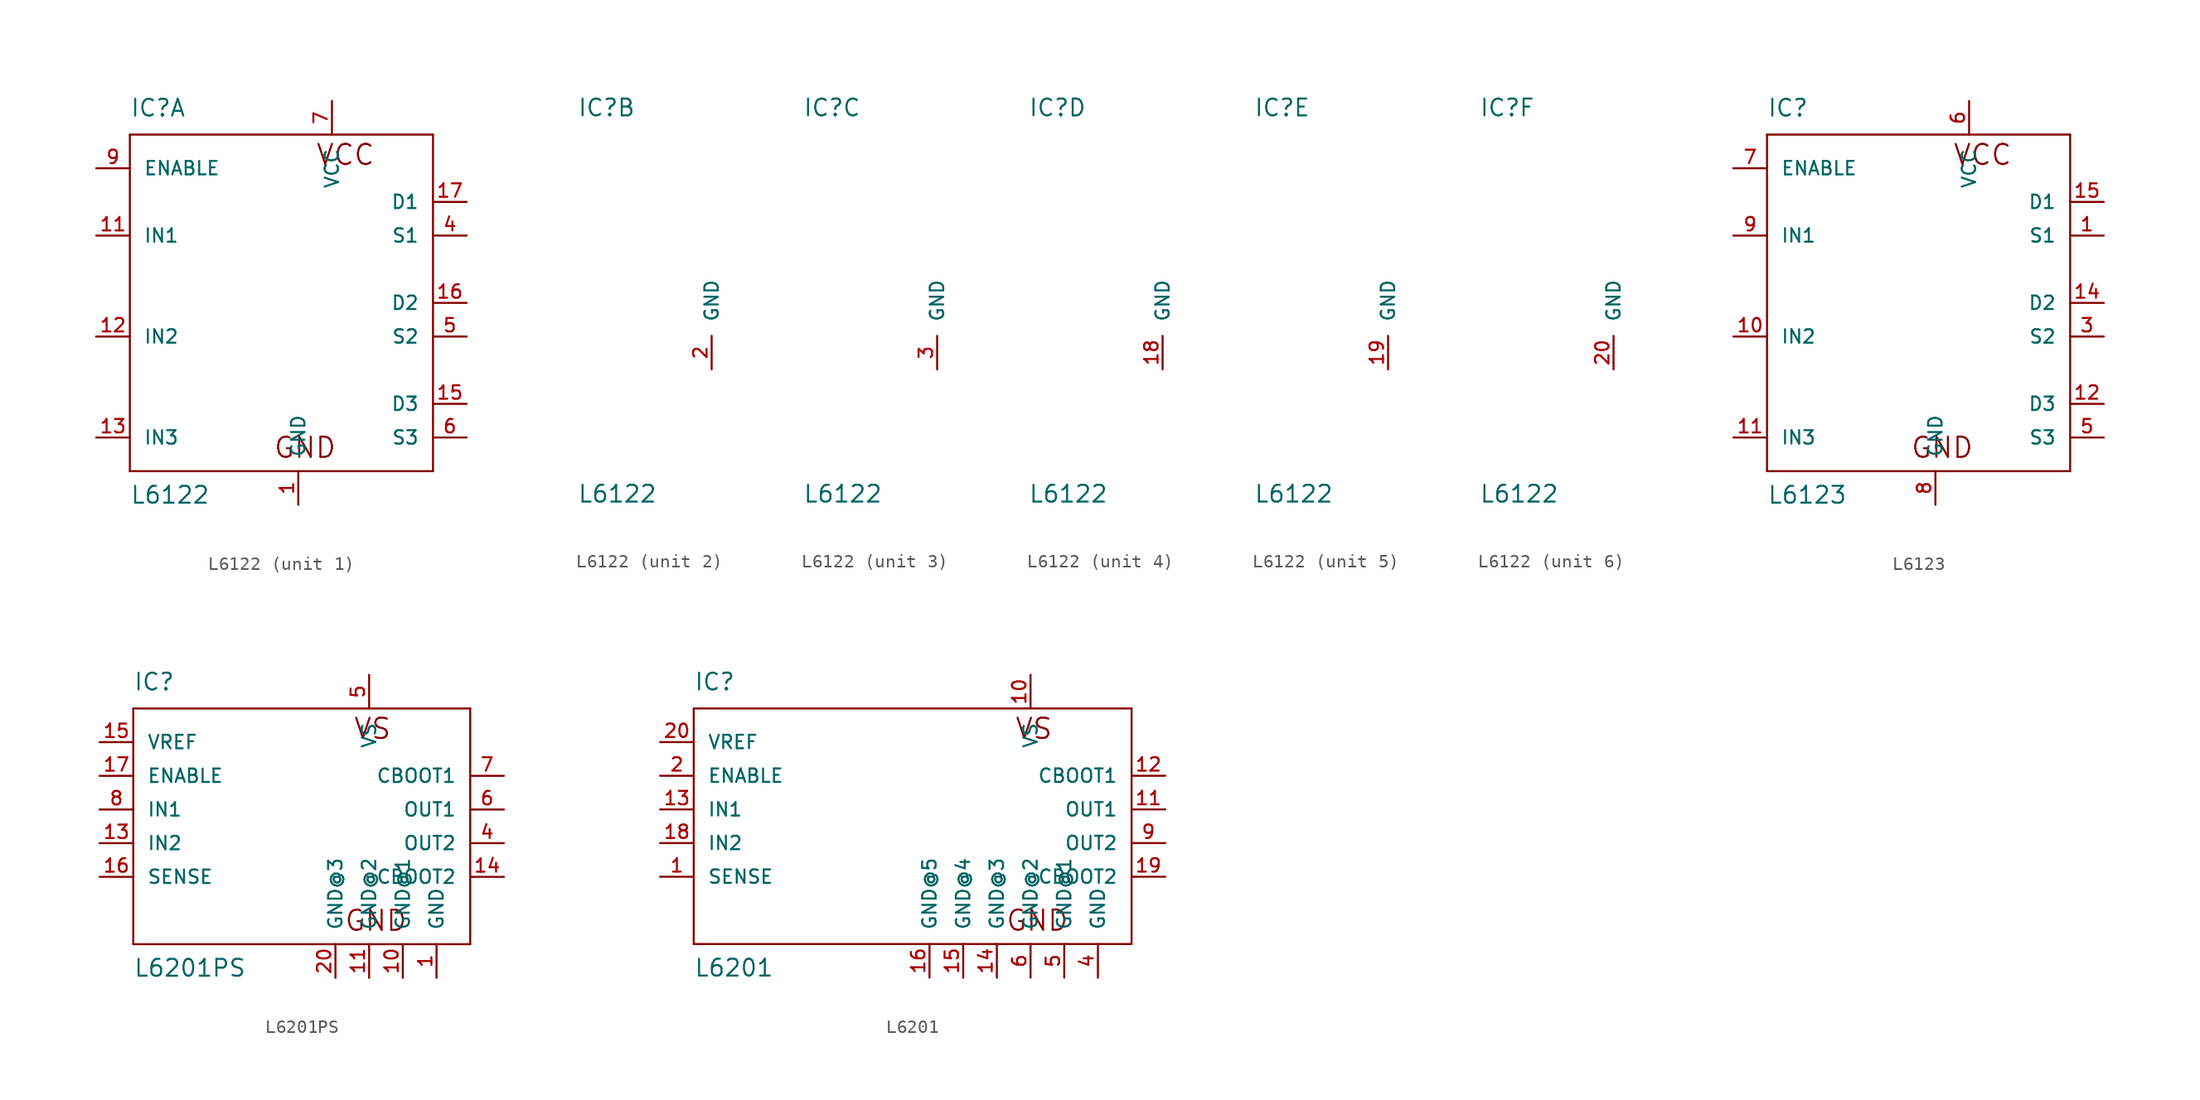
<source format=kicad_sym>
(kicad_symbol_lib
  (version 20211014)
  (generator kicad_symbol_editor)
  (symbol "L6122"
    (pin_names
      (offset 1.016))
    (property "Reference" "IC"
      (at -10.16 16.51 0)
      (effects (font (size 1.27 1.27)) (justify left bottom)))
    (property "Value" "L6122"
      (at -10.16 -12.7 0)
      (effects (font (size 1.27 1.27)) (justify left bottom)))
    (property "ki_locked" ""
      (at 0 0 0)
      (effects (font (size 1.27 1.27))))
    (symbol "L6122_1_0"
      (polyline (pts (xy -10.16 -10.16) (xy -10.16 15.24)) (stroke (width 0) (type default) (color 0 0 0 0)) (fill (type none)))
      (polyline (pts (xy -10.16 15.24) (xy 12.7 15.24)) (stroke (width 0) (type default) (color 0 0 0 0)) (fill (type none)))
      (polyline (pts (xy 12.7 -10.16) (xy -10.16 -10.16)) (stroke (width 0) (type default) (color 0 0 0 0)) (fill (type none)))
      (polyline (pts (xy 12.7 15.24) (xy 12.7 -10.16)) (stroke (width 0) (type default) (color 0 0 0 0)) (fill (type none)))
      (text "GND" (at 3.048 -8.382 0) (effects (font (size 1.524 1.524))))
      (text "VCC" (at 6.096 13.716 0) (effects (font (size 1.524 1.524)))))
    (symbol "L6122_1_1"
      (pin power_in line (at 2.54 -12.7 90) (length 2.54) (name "GND" (effects (font (size 1.016 1.016)))) (number "1" (effects (font (size 1.016 1.016)))))
      (pin input line (at -12.7 7.62 0) (length 2.54) (name "IN1" (effects (font (size 1.016 1.016)))) (number "11" (effects (font (size 1.016 1.016)))))
      (pin input line (at -12.7 0 0) (length 2.54) (name "IN2" (effects (font (size 1.016 1.016)))) (number "12" (effects (font (size 1.016 1.016)))))
      (pin input line (at -12.7 -7.62 0) (length 2.54) (name "IN3" (effects (font (size 1.016 1.016)))) (number "13" (effects (font (size 1.016 1.016)))))
      (pin passive line (at 15.24 -5.08 180) (length 2.54) (name "D3" (effects (font (size 1.016 1.016)))) (number "15" (effects (font (size 1.016 1.016)))))
      (pin passive line (at 15.24 2.54 180) (length 2.54) (name "D2" (effects (font (size 1.016 1.016)))) (number "16" (effects (font (size 1.016 1.016)))))
      (pin passive line (at 15.24 10.16 180) (length 2.54) (name "D1" (effects (font (size 1.016 1.016)))) (number "17" (effects (font (size 1.016 1.016)))))
      (pin passive line (at 15.24 7.62 180) (length 2.54) (name "S1" (effects (font (size 1.016 1.016)))) (number "4" (effects (font (size 1.016 1.016)))))
      (pin passive line (at 15.24 0 180) (length 2.54) (name "S2" (effects (font (size 1.016 1.016)))) (number "5" (effects (font (size 1.016 1.016)))))
      (pin passive line (at 15.24 -7.62 180) (length 2.54) (name "S3" (effects (font (size 1.016 1.016)))) (number "6" (effects (font (size 1.016 1.016)))))
      (pin power_in line (at 5.08 17.78 270) (length 2.54) (name "VCC" (effects (font (size 1.016 1.016)))) (number "7" (effects (font (size 1.016 1.016)))))
      (pin input line (at -12.7 12.7 0) (length 2.54) (name "ENABLE" (effects (font (size 1.016 1.016)))) (number "9" (effects (font (size 1.016 1.016))))))
    (symbol "L6122_2_1"
      (pin power_in line (at 0 -2.54 90) (length 2.54) (name "GND" (effects (font (size 1.016 1.016)))) (number "2" (effects (font (size 1.016 1.016))))))
    (symbol "L6122_3_1"
      (pin power_in line (at 0 -2.54 90) (length 2.54) (name "GND" (effects (font (size 1.016 1.016)))) (number "3" (effects (font (size 1.016 1.016))))))
    (symbol "L6122_4_1"
      (pin power_in line (at 0 -2.54 90) (length 2.54) (name "GND" (effects (font (size 1.016 1.016)))) (number "18" (effects (font (size 1.016 1.016))))))
    (symbol "L6122_5_1"
      (pin power_in line (at 0 -2.54 90) (length 2.54) (name "GND" (effects (font (size 1.016 1.016)))) (number "19" (effects (font (size 1.016 1.016))))))
    (symbol "L6122_6_1"
      (pin power_in line (at 0 -2.54 90) (length 2.54) (name "GND" (effects (font (size 1.016 1.016)))) (number "20" (effects (font (size 1.016 1.016)))))))
  (symbol "L6123"
    (pin_names
      (offset 1.016))
    (property "Reference" "IC"
      (at -10.16 16.51 0)
      (effects (font (size 1.27 1.27)) (justify left bottom)))
    (property "Value" "L6123"
      (at -10.16 -12.7 0)
      (effects (font (size 1.27 1.27)) (justify left bottom)))
    (property "ki_locked" ""
      (at 0 0 0)
      (effects (font (size 1.27 1.27))))
    (symbol "L6123_1_0"
      (polyline (pts (xy -10.16 -10.16) (xy -10.16 15.24)) (stroke (width 0) (type default) (color 0 0 0 0)) (fill (type none)))
      (polyline (pts (xy -10.16 15.24) (xy 12.7 15.24)) (stroke (width 0) (type default) (color 0 0 0 0)) (fill (type none)))
      (polyline (pts (xy 12.7 -10.16) (xy -10.16 -10.16)) (stroke (width 0) (type default) (color 0 0 0 0)) (fill (type none)))
      (polyline (pts (xy 12.7 15.24) (xy 12.7 -10.16)) (stroke (width 0) (type default) (color 0 0 0 0)) (fill (type none)))
      (text "GND" (at 3.048 -8.382 0) (effects (font (size 1.524 1.524))))
      (text "VCC" (at 6.096 13.716 0) (effects (font (size 1.524 1.524)))))
    (symbol "L6123_1_1"
      (pin passive line (at 15.24 7.62 180) (length 2.54) (name "S1" (effects (font (size 1.016 1.016)))) (number "1" (effects (font (size 1.016 1.016)))))
      (pin input line (at -12.7 0 0) (length 2.54) (name "IN2" (effects (font (size 1.016 1.016)))) (number "10" (effects (font (size 1.016 1.016)))))
      (pin input line (at -12.7 -7.62 0) (length 2.54) (name "IN3" (effects (font (size 1.016 1.016)))) (number "11" (effects (font (size 1.016 1.016)))))
      (pin passive line (at 15.24 -5.08 180) (length 2.54) (name "D3" (effects (font (size 1.016 1.016)))) (number "12" (effects (font (size 1.016 1.016)))))
      (pin passive line (at 15.24 2.54 180) (length 2.54) (name "D2" (effects (font (size 1.016 1.016)))) (number "14" (effects (font (size 1.016 1.016)))))
      (pin passive line (at 15.24 10.16 180) (length 2.54) (name "D1" (effects (font (size 1.016 1.016)))) (number "15" (effects (font (size 1.016 1.016)))))
      (pin passive line (at 15.24 0 180) (length 2.54) (name "S2" (effects (font (size 1.016 1.016)))) (number "3" (effects (font (size 1.016 1.016)))))
      (pin passive line (at 15.24 -7.62 180) (length 2.54) (name "S3" (effects (font (size 1.016 1.016)))) (number "5" (effects (font (size 1.016 1.016)))))
      (pin power_in line (at 5.08 17.78 270) (length 2.54) (name "VCC" (effects (font (size 1.016 1.016)))) (number "6" (effects (font (size 1.016 1.016)))))
      (pin input line (at -12.7 12.7 0) (length 2.54) (name "ENABLE" (effects (font (size 1.016 1.016)))) (number "7" (effects (font (size 1.016 1.016)))))
      (pin power_in line (at 2.54 -12.7 90) (length 2.54) (name "GND" (effects (font (size 1.016 1.016)))) (number "8" (effects (font (size 1.016 1.016)))))
      (pin input line (at -12.7 7.62 0) (length 2.54) (name "IN1" (effects (font (size 1.016 1.016)))) (number "9" (effects (font (size 1.016 1.016)))))))
  (symbol "L6201PS"
    (pin_names
      (offset 1.016))
    (property "Reference" "IC"
      (at -12.7 8.89 0)
      (effects (font (size 1.27 1.27)) (justify left bottom)))
    (property "Value" "L6201PS"
      (at -12.7 -12.7 0)
      (effects (font (size 1.27 1.27)) (justify left bottom)))
    (property "ki_locked" ""
      (at 0 0 0)
      (effects (font (size 1.27 1.27))))
    (symbol "L6201PS_1_0"
      (polyline (pts (xy -12.7 -10.16) (xy -12.7 7.62)) (stroke (width 0) (type default) (color 0 0 0 0)) (fill (type none)))
      (polyline (pts (xy -12.7 7.62) (xy 12.7 7.62)) (stroke (width 0) (type default) (color 0 0 0 0)) (fill (type none)))
      (polyline (pts (xy 12.7 -10.16) (xy -12.7 -10.16)) (stroke (width 0) (type default) (color 0 0 0 0)) (fill (type none)))
      (polyline (pts (xy 12.7 7.62) (xy 12.7 -10.16)) (stroke (width 0) (type default) (color 0 0 0 0)) (fill (type none)))
      (text "GND" (at 5.588 -8.382 0) (effects (font (size 1.524 1.524))))
      (text "VS" (at 5.334 6.096 0) (effects (font (size 1.524 1.524)))))
    (symbol "L6201PS_1_1"
      (pin power_in line (at 10.16 -12.7 90) (length 2.54) (name "GND" (effects (font (size 1.016 1.016)))) (number "1" (effects (font (size 1.016 1.016)))))
      (pin power_in line (at 7.62 -12.7 90) (length 2.54) (name "GND@1" (effects (font (size 1.016 1.016)))) (number "10" (effects (font (size 1.016 1.016)))))
      (pin power_in line (at 5.08 -12.7 90) (length 2.54) (name "GND@2" (effects (font (size 1.016 1.016)))) (number "11" (effects (font (size 1.016 1.016)))))
      (pin input line (at -15.24 -2.54 0) (length 2.54) (name "IN2" (effects (font (size 1.016 1.016)))) (number "13" (effects (font (size 1.016 1.016)))))
      (pin input line (at 15.24 -5.08 180) (length 2.54) (name "CBOOT2" (effects (font (size 1.016 1.016)))) (number "14" (effects (font (size 1.016 1.016)))))
      (pin input line (at -15.24 5.08 0) (length 2.54) (name "VREF" (effects (font (size 1.016 1.016)))) (number "15" (effects (font (size 1.016 1.016)))))
      (pin input line (at -15.24 -5.08 0) (length 2.54) (name "SENSE" (effects (font (size 1.016 1.016)))) (number "16" (effects (font (size 1.016 1.016)))))
      (pin input line (at -15.24 2.54 0) (length 2.54) (name "ENABLE" (effects (font (size 1.016 1.016)))) (number "17" (effects (font (size 1.016 1.016)))))
      (pin power_in line (at 2.54 -12.7 90) (length 2.54) (name "GND@3" (effects (font (size 1.016 1.016)))) (number "20" (effects (font (size 1.016 1.016)))))
      (pin output line (at 15.24 -2.54 180) (length 2.54) (name "OUT2" (effects (font (size 1.016 1.016)))) (number "4" (effects (font (size 1.016 1.016)))))
      (pin power_in line (at 5.08 10.16 270) (length 2.54) (name "VS" (effects (font (size 1.016 1.016)))) (number "5" (effects (font (size 1.016 1.016)))))
      (pin output line (at 15.24 0 180) (length 2.54) (name "OUT1" (effects (font (size 1.016 1.016)))) (number "6" (effects (font (size 1.016 1.016)))))
      (pin input line (at 15.24 2.54 180) (length 2.54) (name "CBOOT1" (effects (font (size 1.016 1.016)))) (number "7" (effects (font (size 1.016 1.016)))))
      (pin input line (at -15.24 0 0) (length 2.54) (name "IN1" (effects (font (size 1.016 1.016)))) (number "8" (effects (font (size 1.016 1.016)))))))
  (symbol "L6201"
    (pin_names
      (offset 1.016))
    (property "Reference" "IC"
      (at -15.24 8.89 0)
      (effects (font (size 1.27 1.27)) (justify left bottom)))
    (property "Value" "L6201"
      (at -15.24 -12.7 0)
      (effects (font (size 1.27 1.27)) (justify left bottom)))
    (property "ki_locked" ""
      (at 0 0 0)
      (effects (font (size 1.27 1.27))))
    (symbol "L6201_1_0"
      (polyline (pts (xy -15.24 -10.16) (xy -15.24 7.62)) (stroke (width 0) (type default) (color 0 0 0 0)) (fill (type none)))
      (polyline (pts (xy -15.24 7.62) (xy 17.78 7.62)) (stroke (width 0) (type default) (color 0 0 0 0)) (fill (type none)))
      (polyline (pts (xy 17.78 -10.16) (xy -15.24 -10.16)) (stroke (width 0) (type default) (color 0 0 0 0)) (fill (type none)))
      (polyline (pts (xy 17.78 7.62) (xy 17.78 -10.16)) (stroke (width 0) (type default) (color 0 0 0 0)) (fill (type none)))
      (text "GND" (at 10.668 -8.382 0) (effects (font (size 1.524 1.524))))
      (text "VS" (at 10.414 6.096 0) (effects (font (size 1.524 1.524)))))
    (symbol "L6201_1_1"
      (pin input line (at -17.78 -5.08 0) (length 2.54) (name "SENSE" (effects (font (size 1.016 1.016)))) (number "1" (effects (font (size 1.016 1.016)))))
      (pin power_in line (at 10.16 10.16 270) (length 2.54) (name "VS" (effects (font (size 1.016 1.016)))) (number "10" (effects (font (size 1.016 1.016)))))
      (pin output line (at 20.32 0 180) (length 2.54) (name "OUT1" (effects (font (size 1.016 1.016)))) (number "11" (effects (font (size 1.016 1.016)))))
      (pin input line (at 20.32 2.54 180) (length 2.54) (name "CBOOT1" (effects (font (size 1.016 1.016)))) (number "12" (effects (font (size 1.016 1.016)))))
      (pin input line (at -17.78 0 0) (length 2.54) (name "IN1" (effects (font (size 1.016 1.016)))) (number "13" (effects (font (size 1.016 1.016)))))
      (pin power_in line (at 7.62 -12.7 90) (length 2.54) (name "GND@3" (effects (font (size 1.016 1.016)))) (number "14" (effects (font (size 1.016 1.016)))))
      (pin power_in line (at 5.08 -12.7 90) (length 2.54) (name "GND@4" (effects (font (size 1.016 1.016)))) (number "15" (effects (font (size 1.016 1.016)))))
      (pin power_in line (at 2.54 -12.7 90) (length 2.54) (name "GND@5" (effects (font (size 1.016 1.016)))) (number "16" (effects (font (size 1.016 1.016)))))
      (pin input line (at -17.78 -2.54 0) (length 2.54) (name "IN2" (effects (font (size 1.016 1.016)))) (number "18" (effects (font (size 1.016 1.016)))))
      (pin input line (at 20.32 -5.08 180) (length 2.54) (name "CBOOT2" (effects (font (size 1.016 1.016)))) (number "19" (effects (font (size 1.016 1.016)))))
      (pin input line (at -17.78 2.54 0) (length 2.54) (name "ENABLE" (effects (font (size 1.016 1.016)))) (number "2" (effects (font (size 1.016 1.016)))))
      (pin input line (at -17.78 5.08 0) (length 2.54) (name "VREF" (effects (font (size 1.016 1.016)))) (number "20" (effects (font (size 1.016 1.016)))))
      (pin power_in line (at 15.24 -12.7 90) (length 2.54) (name "GND" (effects (font (size 1.016 1.016)))) (number "4" (effects (font (size 1.016 1.016)))))
      (pin power_in line (at 12.7 -12.7 90) (length 2.54) (name "GND@1" (effects (font (size 1.016 1.016)))) (number "5" (effects (font (size 1.016 1.016)))))
      (pin power_in line (at 10.16 -12.7 90) (length 2.54) (name "GND@2" (effects (font (size 1.016 1.016)))) (number "6" (effects (font (size 1.016 1.016)))))
      (pin output line (at 20.32 -2.54 180) (length 2.54) (name "OUT2" (effects (font (size 1.016 1.016)))) (number "9" (effects (font (size 1.016 1.016))))))))
</source>
